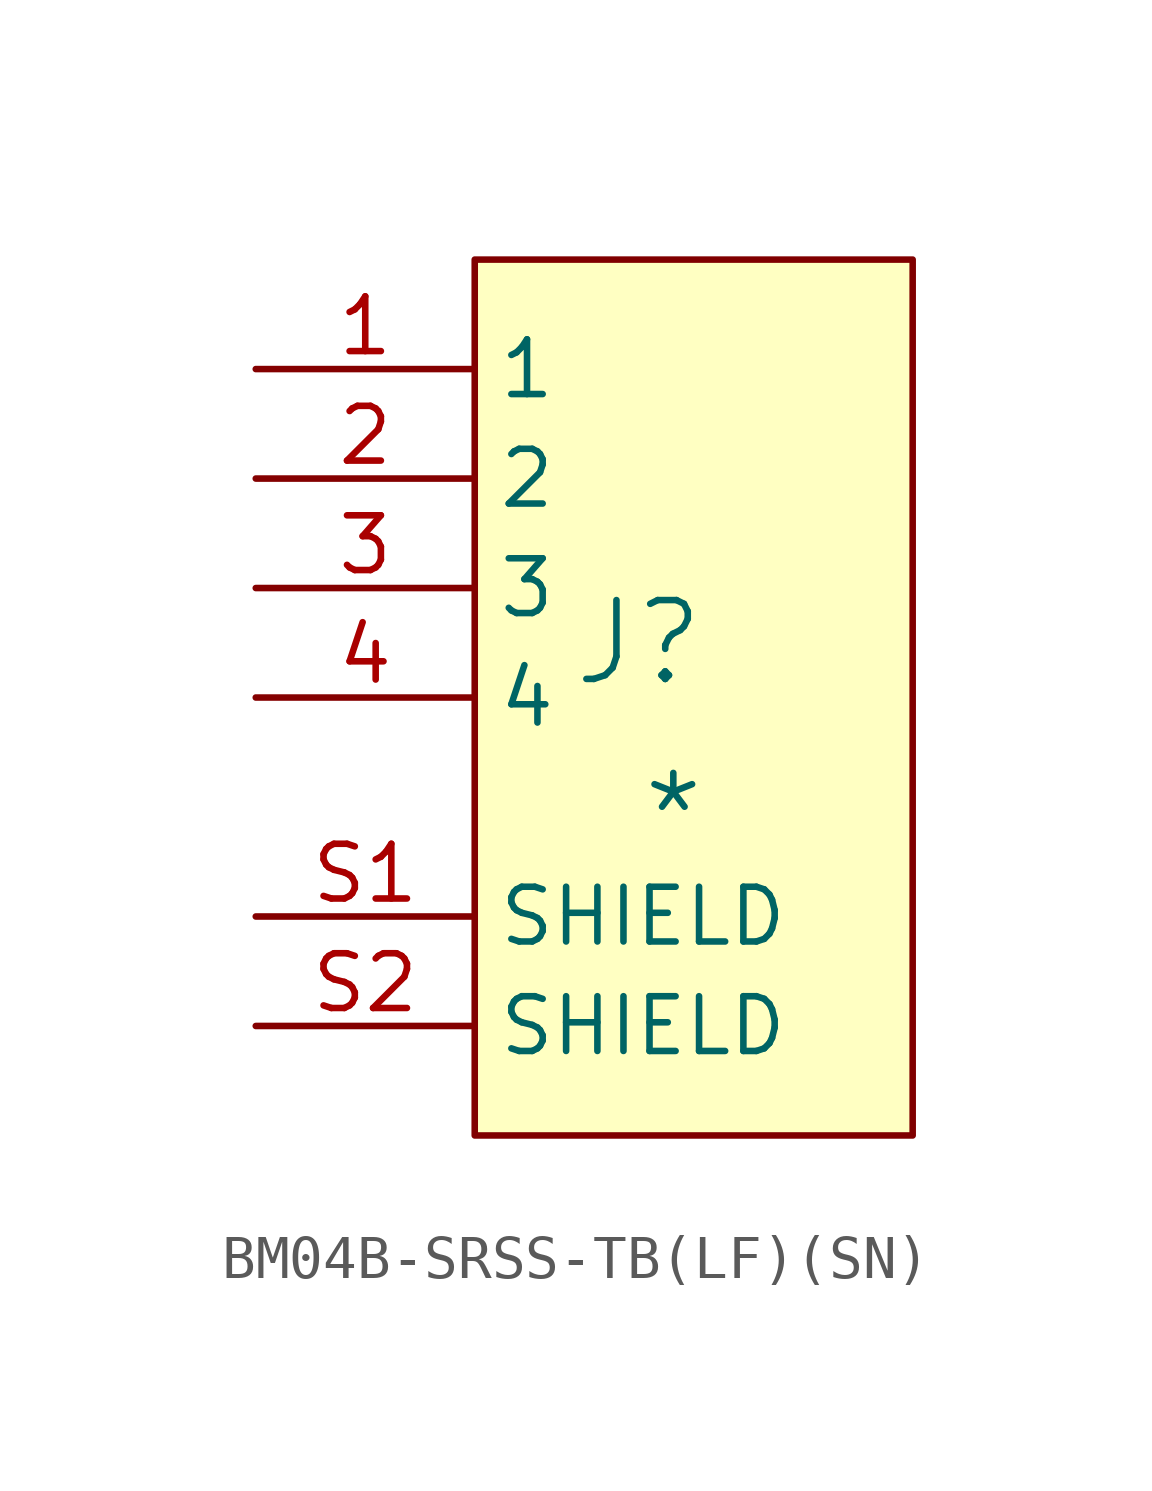
<source format=kicad_sym>
(kicad_symbol_lib
  (version 20241209)
  (generator "kicad_symbol_editor")
  (generator_version "9.0")
  (symbol "BM04B-SRSS-TB(LF)(SN)"
    (property "Reference" "J"
      (at -1.27 1.27 0)
      (effects (font (size 1.829 1.829))))
    (property "Value" "*"
      (at -1.27 -3.81 0)
      (effects (font (size 1.829 1.829)) (justify left bottom)))
    (symbol "BM04B-SRSS-TB(LF)(SN)_1_0"
      (rectangle (start 5.08 10.16) (end -5.08 -10.16) (stroke (width 0) (type solid) (color 128 0 0 1)) (fill (type background)))
      (pin passive line (at -10.16 7.62 0) (length 5.08) (name "1" (effects (font (size 1.27 1.27)))) (number "1" (effects (font (size 1.27 1.27)))))
      (pin passive line (at -10.16 5.08 0) (length 5.08) (name "2" (effects (font (size 1.27 1.27)))) (number "2" (effects (font (size 1.27 1.27)))))
      (pin passive line (at -10.16 2.54 0) (length 5.08) (name "3" (effects (font (size 1.27 1.27)))) (number "3" (effects (font (size 1.27 1.27)))))
      (pin passive line (at -10.16 0 0) (length 5.08) (name "4" (effects (font (size 1.27 1.27)))) (number "4" (effects (font (size 1.27 1.27)))))
      (pin passive line (at -10.16 -5.08 0) (length 5.08) (name "SHIELD" (effects (font (size 1.27 1.27)))) (number "S1" (effects (font (size 1.27 1.27)))))
      (pin passive line (at -10.16 -7.62 0) (length 5.08) (name "SHIELD" (effects (font (size 1.27 1.27)))) (number "S2" (effects (font (size 1.27 1.27))))))))
</source>
